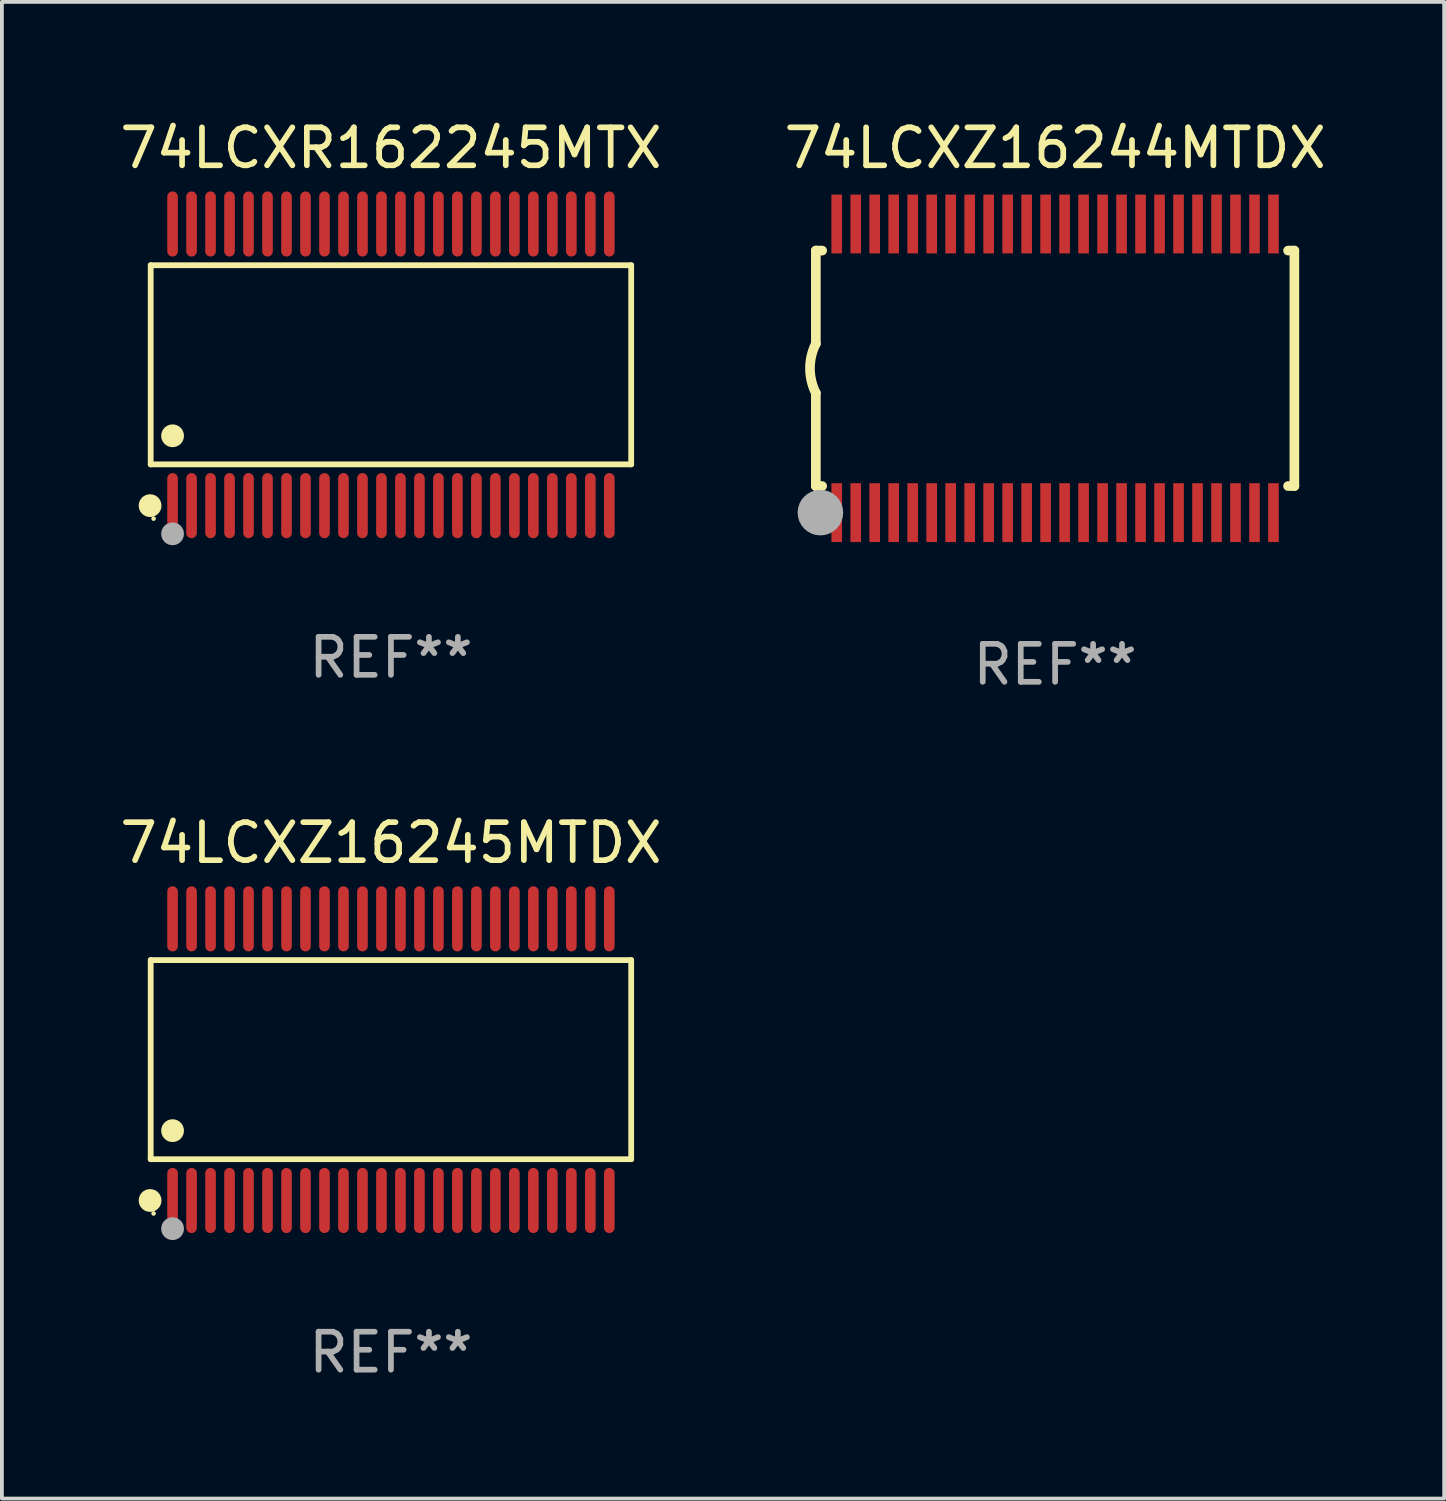
<source format=kicad_pcb>
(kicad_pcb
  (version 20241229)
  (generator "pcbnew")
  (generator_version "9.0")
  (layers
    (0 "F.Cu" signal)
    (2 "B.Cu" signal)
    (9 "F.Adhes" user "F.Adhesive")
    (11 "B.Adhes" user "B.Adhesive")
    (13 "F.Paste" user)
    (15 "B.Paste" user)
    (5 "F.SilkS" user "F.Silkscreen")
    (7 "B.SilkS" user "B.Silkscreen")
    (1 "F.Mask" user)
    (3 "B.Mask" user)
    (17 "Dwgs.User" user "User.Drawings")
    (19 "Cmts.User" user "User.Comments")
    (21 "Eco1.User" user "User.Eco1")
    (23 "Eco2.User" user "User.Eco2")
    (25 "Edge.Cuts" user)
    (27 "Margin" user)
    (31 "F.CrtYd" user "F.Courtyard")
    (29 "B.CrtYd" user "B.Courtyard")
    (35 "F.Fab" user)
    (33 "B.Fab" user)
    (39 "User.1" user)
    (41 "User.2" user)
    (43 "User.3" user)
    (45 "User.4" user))
  (footprint "74LCXZ16245MTDX"
    (layer "F.Cu")
    (at 7.244 24.852)
    (property "Reference" "74LCXZ16245MTDX" (at 0 -5.708 0) (layer "F.SilkS") (effects (font (size 1 1) (thickness 0.15))))
    (attr through_hole)
    (fp_line (start -6.326 -2.622) (end 6.326 -2.622) (stroke (width 0.152) (type solid)) (layer "F.SilkS"))
    (fp_line (start -6.326 2.621) (end -6.326 -2.622) (stroke (width 0.152) (type solid)) (layer "F.SilkS"))
    (fp_line (start 6.326 -2.622) (end 6.326 2.621) (stroke (width 0.152) (type solid)) (layer "F.SilkS"))
    (fp_line (start 6.326 2.621) (end -6.326 2.621) (stroke (width 0.152) (type solid)) (layer "F.SilkS"))
    (fp_circle (center -6.342 3.708) (end -6.192 3.708) (stroke (width 0.3) (type solid)) (fill no) (layer "F.SilkS"))
    (fp_circle (center -6.25 4.05) (end -6.22 4.05) (stroke (width 0.06) (type solid)) (fill no) (layer "F.SilkS"))
    (fp_circle (center -5.75 1.869) (end -5.6 1.869) (stroke (width 0.3) (type solid)) (fill no) (layer "F.SilkS"))
    (fp_circle (center -5.75 4.45) (end -5.6 4.45) (stroke (width 0.3) (type solid)) (fill no) (layer "F.Fab"))
    (fp_text user "REF**" (at 0 7.708 0) (layer "F.Fab") (effects (font (size 1 1) (thickness 0.15))))
    (pad "1" smd oval (at -5.75 3.708) (size 0.28 1.715) (layers "F.Cu" "F.Mask" "F.Paste"))
    (pad "2" smd oval (at -5.25 3.708) (size 0.28 1.715) (layers "F.Cu" "F.Mask" "F.Paste"))
    (pad "3" smd oval (at -4.75 3.708) (size 0.28 1.715) (layers "F.Cu" "F.Mask" "F.Paste"))
    (pad "4" smd oval (at -4.25 3.708) (size 0.28 1.715) (layers "F.Cu" "F.Mask" "F.Paste"))
    (pad "5" smd oval (at -3.75 3.708) (size 0.28 1.715) (layers "F.Cu" "F.Mask" "F.Paste"))
    (pad "6" smd oval (at -3.25 3.708) (size 0.28 1.715) (layers "F.Cu" "F.Mask" "F.Paste"))
    (pad "7" smd oval (at -2.75 3.708) (size 0.28 1.715) (layers "F.Cu" "F.Mask" "F.Paste"))
    (pad "8" smd oval (at -2.25 3.708) (size 0.28 1.715) (layers "F.Cu" "F.Mask" "F.Paste"))
    (pad "9" smd oval (at -1.75 3.708) (size 0.28 1.715) (layers "F.Cu" "F.Mask" "F.Paste"))
    (pad "10" smd oval (at -1.25 3.708) (size 0.28 1.715) (layers "F.Cu" "F.Mask" "F.Paste"))
    (pad "11" smd oval (at -0.75 3.708) (size 0.28 1.715) (layers "F.Cu" "F.Mask" "F.Paste"))
    (pad "12" smd oval (at -0.25 3.708) (size 0.28 1.715) (layers "F.Cu" "F.Mask" "F.Paste"))
    (pad "13" smd oval (at 0.25 3.708) (size 0.28 1.715) (layers "F.Cu" "F.Mask" "F.Paste"))
    (pad "14" smd oval (at 0.75 3.708) (size 0.28 1.715) (layers "F.Cu" "F.Mask" "F.Paste"))
    (pad "15" smd oval (at 1.25 3.708) (size 0.28 1.715) (layers "F.Cu" "F.Mask" "F.Paste"))
    (pad "16" smd oval (at 1.75 3.708) (size 0.28 1.715) (layers "F.Cu" "F.Mask" "F.Paste"))
    (pad "17" smd oval (at 2.25 3.708) (size 0.28 1.715) (layers "F.Cu" "F.Mask" "F.Paste"))
    (pad "18" smd oval (at 2.75 3.708) (size 0.28 1.715) (layers "F.Cu" "F.Mask" "F.Paste"))
    (pad "19" smd oval (at 3.25 3.708) (size 0.28 1.715) (layers "F.Cu" "F.Mask" "F.Paste"))
    (pad "20" smd oval (at 3.75 3.708) (size 0.28 1.715) (layers "F.Cu" "F.Mask" "F.Paste"))
    (pad "21" smd oval (at 4.25 3.708) (size 0.28 1.715) (layers "F.Cu" "F.Mask" "F.Paste"))
    (pad "22" smd oval (at 4.75 3.708) (size 0.28 1.715) (layers "F.Cu" "F.Mask" "F.Paste"))
    (pad "23" smd oval (at 5.25 3.708) (size 0.28 1.715) (layers "F.Cu" "F.Mask" "F.Paste"))
    (pad "24" smd oval (at 5.75 3.708) (size 0.28 1.715) (layers "F.Cu" "F.Mask" "F.Paste"))
    (pad "25" smd oval (at 5.75 -3.708) (size 0.28 1.715) (layers "F.Cu" "F.Mask" "F.Paste"))
    (pad "26" smd oval (at 5.25 -3.708) (size 0.28 1.715) (layers "F.Cu" "F.Mask" "F.Paste"))
    (pad "27" smd oval (at 4.75 -3.708) (size 0.28 1.715) (layers "F.Cu" "F.Mask" "F.Paste"))
    (pad "28" smd oval (at 4.25 -3.708) (size 0.28 1.715) (layers "F.Cu" "F.Mask" "F.Paste"))
    (pad "29" smd oval (at 3.75 -3.708) (size 0.28 1.715) (layers "F.Cu" "F.Mask" "F.Paste"))
    (pad "30" smd oval (at 3.25 -3.708) (size 0.28 1.715) (layers "F.Cu" "F.Mask" "F.Paste"))
    (pad "31" smd oval (at 2.75 -3.708) (size 0.28 1.715) (layers "F.Cu" "F.Mask" "F.Paste"))
    (pad "32" smd oval (at 2.25 -3.708) (size 0.28 1.715) (layers "F.Cu" "F.Mask" "F.Paste"))
    (pad "33" smd oval (at 1.75 -3.708) (size 0.28 1.715) (layers "F.Cu" "F.Mask" "F.Paste"))
    (pad "34" smd oval (at 1.25 -3.708) (size 0.28 1.715) (layers "F.Cu" "F.Mask" "F.Paste"))
    (pad "35" smd oval (at 0.75 -3.708) (size 0.28 1.715) (layers "F.Cu" "F.Mask" "F.Paste"))
    (pad "36" smd oval (at 0.25 -3.708) (size 0.28 1.715) (layers "F.Cu" "F.Mask" "F.Paste"))
    (pad "37" smd oval (at -0.25 -3.708) (size 0.28 1.715) (layers "F.Cu" "F.Mask" "F.Paste"))
    (pad "38" smd oval (at -0.75 -3.708) (size 0.28 1.715) (layers "F.Cu" "F.Mask" "F.Paste"))
    (pad "39" smd oval (at -1.25 -3.708) (size 0.28 1.715) (layers "F.Cu" "F.Mask" "F.Paste"))
    (pad "40" smd oval (at -1.75 -3.708) (size 0.28 1.715) (layers "F.Cu" "F.Mask" "F.Paste"))
    (pad "41" smd oval (at -2.25 -3.708) (size 0.28 1.715) (layers "F.Cu" "F.Mask" "F.Paste"))
    (pad "42" smd oval (at -2.75 -3.708) (size 0.28 1.715) (layers "F.Cu" "F.Mask" "F.Paste"))
    (pad "43" smd oval (at -3.25 -3.708) (size 0.28 1.715) (layers "F.Cu" "F.Mask" "F.Paste"))
    (pad "44" smd oval (at -3.75 -3.708) (size 0.28 1.715) (layers "F.Cu" "F.Mask" "F.Paste"))
    (pad "45" smd oval (at -4.25 -3.708) (size 0.28 1.715) (layers "F.Cu" "F.Mask" "F.Paste"))
    (pad "46" smd oval (at -4.75 -3.708) (size 0.28 1.715) (layers "F.Cu" "F.Mask" "F.Paste"))
    (pad "47" smd oval (at -5.25 -3.708) (size 0.28 1.715) (layers "F.Cu" "F.Mask" "F.Paste"))
    (pad "48" smd oval (at -5.75 -3.708) (size 0.28 1.715) (layers "F.Cu" "F.Mask" "F.Paste")))
  (footprint "74LCXR162245MTX"
    (layer "F.Cu")
    (at 7.244 6.556)
    (property "Reference" "74LCXR162245MTX" (at 0 -5.708 0) (layer "F.SilkS") (effects (font (size 1 1) (thickness 0.15))))
    (attr through_hole)
    (fp_line (start -6.326 -2.622) (end 6.326 -2.622) (stroke (width 0.152) (type solid)) (layer "F.SilkS"))
    (fp_line (start -6.326 2.621) (end -6.326 -2.622) (stroke (width 0.152) (type solid)) (layer "F.SilkS"))
    (fp_line (start 6.326 -2.622) (end 6.326 2.621) (stroke (width 0.152) (type solid)) (layer "F.SilkS"))
    (fp_line (start 6.326 2.621) (end -6.326 2.621) (stroke (width 0.152) (type solid)) (layer "F.SilkS"))
    (fp_circle (center -6.342 3.708) (end -6.192 3.708) (stroke (width 0.3) (type solid)) (fill no) (layer "F.SilkS"))
    (fp_circle (center -6.25 4.05) (end -6.22 4.05) (stroke (width 0.06) (type solid)) (fill no) (layer "F.SilkS"))
    (fp_circle (center -5.75 1.869) (end -5.6 1.869) (stroke (width 0.3) (type solid)) (fill no) (layer "F.SilkS"))
    (fp_circle (center -5.75 4.45) (end -5.6 4.45) (stroke (width 0.3) (type solid)) (fill no) (layer "F.Fab"))
    (fp_text user "REF**" (at 0 7.708 0) (layer "F.Fab") (effects (font (size 1 1) (thickness 0.15))))
    (pad "1" smd oval (at -5.75 3.708) (size 0.28 1.715) (layers "F.Cu" "F.Mask" "F.Paste"))
    (pad "2" smd oval (at -5.25 3.708) (size 0.28 1.715) (layers "F.Cu" "F.Mask" "F.Paste"))
    (pad "3" smd oval (at -4.75 3.708) (size 0.28 1.715) (layers "F.Cu" "F.Mask" "F.Paste"))
    (pad "4" smd oval (at -4.25 3.708) (size 0.28 1.715) (layers "F.Cu" "F.Mask" "F.Paste"))
    (pad "5" smd oval (at -3.75 3.708) (size 0.28 1.715) (layers "F.Cu" "F.Mask" "F.Paste"))
    (pad "6" smd oval (at -3.25 3.708) (size 0.28 1.715) (layers "F.Cu" "F.Mask" "F.Paste"))
    (pad "7" smd oval (at -2.75 3.708) (size 0.28 1.715) (layers "F.Cu" "F.Mask" "F.Paste"))
    (pad "8" smd oval (at -2.25 3.708) (size 0.28 1.715) (layers "F.Cu" "F.Mask" "F.Paste"))
    (pad "9" smd oval (at -1.75 3.708) (size 0.28 1.715) (layers "F.Cu" "F.Mask" "F.Paste"))
    (pad "10" smd oval (at -1.25 3.708) (size 0.28 1.715) (layers "F.Cu" "F.Mask" "F.Paste"))
    (pad "11" smd oval (at -0.75 3.708) (size 0.28 1.715) (layers "F.Cu" "F.Mask" "F.Paste"))
    (pad "12" smd oval (at -0.25 3.708) (size 0.28 1.715) (layers "F.Cu" "F.Mask" "F.Paste"))
    (pad "13" smd oval (at 0.25 3.708) (size 0.28 1.715) (layers "F.Cu" "F.Mask" "F.Paste"))
    (pad "14" smd oval (at 0.75 3.708) (size 0.28 1.715) (layers "F.Cu" "F.Mask" "F.Paste"))
    (pad "15" smd oval (at 1.25 3.708) (size 0.28 1.715) (layers "F.Cu" "F.Mask" "F.Paste"))
    (pad "16" smd oval (at 1.75 3.708) (size 0.28 1.715) (layers "F.Cu" "F.Mask" "F.Paste"))
    (pad "17" smd oval (at 2.25 3.708) (size 0.28 1.715) (layers "F.Cu" "F.Mask" "F.Paste"))
    (pad "18" smd oval (at 2.75 3.708) (size 0.28 1.715) (layers "F.Cu" "F.Mask" "F.Paste"))
    (pad "19" smd oval (at 3.25 3.708) (size 0.28 1.715) (layers "F.Cu" "F.Mask" "F.Paste"))
    (pad "20" smd oval (at 3.75 3.708) (size 0.28 1.715) (layers "F.Cu" "F.Mask" "F.Paste"))
    (pad "21" smd oval (at 4.25 3.708) (size 0.28 1.715) (layers "F.Cu" "F.Mask" "F.Paste"))
    (pad "22" smd oval (at 4.75 3.708) (size 0.28 1.715) (layers "F.Cu" "F.Mask" "F.Paste"))
    (pad "23" smd oval (at 5.25 3.708) (size 0.28 1.715) (layers "F.Cu" "F.Mask" "F.Paste"))
    (pad "24" smd oval (at 5.75 3.708) (size 0.28 1.715) (layers "F.Cu" "F.Mask" "F.Paste"))
    (pad "25" smd oval (at 5.75 -3.708) (size 0.28 1.715) (layers "F.Cu" "F.Mask" "F.Paste"))
    (pad "26" smd oval (at 5.25 -3.708) (size 0.28 1.715) (layers "F.Cu" "F.Mask" "F.Paste"))
    (pad "27" smd oval (at 4.75 -3.708) (size 0.28 1.715) (layers "F.Cu" "F.Mask" "F.Paste"))
    (pad "28" smd oval (at 4.25 -3.708) (size 0.28 1.715) (layers "F.Cu" "F.Mask" "F.Paste"))
    (pad "29" smd oval (at 3.75 -3.708) (size 0.28 1.715) (layers "F.Cu" "F.Mask" "F.Paste"))
    (pad "30" smd oval (at 3.25 -3.708) (size 0.28 1.715) (layers "F.Cu" "F.Mask" "F.Paste"))
    (pad "31" smd oval (at 2.75 -3.708) (size 0.28 1.715) (layers "F.Cu" "F.Mask" "F.Paste"))
    (pad "32" smd oval (at 2.25 -3.708) (size 0.28 1.715) (layers "F.Cu" "F.Mask" "F.Paste"))
    (pad "33" smd oval (at 1.75 -3.708) (size 0.28 1.715) (layers "F.Cu" "F.Mask" "F.Paste"))
    (pad "34" smd oval (at 1.25 -3.708) (size 0.28 1.715) (layers "F.Cu" "F.Mask" "F.Paste"))
    (pad "35" smd oval (at 0.75 -3.708) (size 0.28 1.715) (layers "F.Cu" "F.Mask" "F.Paste"))
    (pad "36" smd oval (at 0.25 -3.708) (size 0.28 1.715) (layers "F.Cu" "F.Mask" "F.Paste"))
    (pad "37" smd oval (at -0.25 -3.708) (size 0.28 1.715) (layers "F.Cu" "F.Mask" "F.Paste"))
    (pad "38" smd oval (at -0.75 -3.708) (size 0.28 1.715) (layers "F.Cu" "F.Mask" "F.Paste"))
    (pad "39" smd oval (at -1.25 -3.708) (size 0.28 1.715) (layers "F.Cu" "F.Mask" "F.Paste"))
    (pad "40" smd oval (at -1.75 -3.708) (size 0.28 1.715) (layers "F.Cu" "F.Mask" "F.Paste"))
    (pad "41" smd oval (at -2.25 -3.708) (size 0.28 1.715) (layers "F.Cu" "F.Mask" "F.Paste"))
    (pad "42" smd oval (at -2.75 -3.708) (size 0.28 1.715) (layers "F.Cu" "F.Mask" "F.Paste"))
    (pad "43" smd oval (at -3.25 -3.708) (size 0.28 1.715) (layers "F.Cu" "F.Mask" "F.Paste"))
    (pad "44" smd oval (at -3.75 -3.708) (size 0.28 1.715) (layers "F.Cu" "F.Mask" "F.Paste"))
    (pad "45" smd oval (at -4.25 -3.708) (size 0.28 1.715) (layers "F.Cu" "F.Mask" "F.Paste"))
    (pad "46" smd oval (at -4.75 -3.708) (size 0.28 1.715) (layers "F.Cu" "F.Mask" "F.Paste"))
    (pad "47" smd oval (at -5.25 -3.708) (size 0.28 1.715) (layers "F.Cu" "F.Mask" "F.Paste"))
    (pad "48" smd oval (at -5.75 -3.708) (size 0.28 1.715) (layers "F.Cu" "F.Mask" "F.Paste")))
  (footprint "74LCXZ16244MTDX"
    (layer "F.Cu")
    (at 24.732 6.648)
    (property "Reference" "74LCXZ16244MTDX" (at 0 -5.8 0) (layer "F.SilkS") (effects (font (size 1 1) (thickness 0.15))))
    (attr through_hole)
    (fp_line (start -6.3 -3.1) (end -6.3 -0.65) (stroke (width 0.254) (type solid)) (layer "F.SilkS"))
    (fp_line (start -6.3 -3.1) (end -6.134 -3.1) (stroke (width 0.254) (type solid)) (layer "F.SilkS"))
    (fp_line (start -6.3 3.1) (end -6.3 0.65) (stroke (width 0.254) (type solid)) (layer "F.SilkS"))
    (fp_line (start -6.3 3.1) (end -6.134 3.1) (stroke (width 0.254) (type solid)) (layer "F.SilkS"))
    (fp_line (start 6.134 -3.1) (end 6.3 -3.1) (stroke (width 0.254) (type solid)) (layer "F.SilkS"))
    (fp_line (start 6.134 3.1) (end 6.3 3.1) (stroke (width 0.254) (type solid)) (layer "F.SilkS"))
    (fp_line (start 6.3 -3.1) (end 6.3 3.1) (stroke (width 0.254) (type solid)) (layer "F.SilkS"))
    (fp_arc (start -6.301016 0.650114) (mid -6.45413 -0.000082) (end -6.3 -0.650038) (stroke (width 0.254001) (type solid)) (layer "F.SilkS"))
    (fp_circle (center -6.35 3.81) (end -6.223 3.81) (stroke (width 0.254) (type solid)) (fill no) (layer "F.SilkS"))
    (fp_circle (center -6.25 4.05) (end -6.22 4.05) (stroke (width 0.06) (type solid)) (fill no) (layer "F.SilkS"))
    (fp_circle (center -6.18 3.8) (end -5.88 3.8) (stroke (width 0.6) (type solid)) (fill no) (layer "F.Fab"))
    (fp_text user "REF**" (at 0 7.8 0) (layer "F.Fab") (effects (font (size 1 1) (thickness 0.15))))
    (pad "1" smd rect (at -5.75 3.8) (size 0.28 1.55) (layers "F.Cu" "F.Mask" "F.Paste"))
    (pad "2" smd rect (at -5.25 3.8) (size 0.28 1.55) (layers "F.Cu" "F.Mask" "F.Paste"))
    (pad "3" smd rect (at -4.75 3.8) (size 0.28 1.55) (layers "F.Cu" "F.Mask" "F.Paste"))
    (pad "4" smd rect (at -4.25 3.8) (size 0.28 1.55) (layers "F.Cu" "F.Mask" "F.Paste"))
    (pad "5" smd rect (at -3.75 3.8) (size 0.28 1.55) (layers "F.Cu" "F.Mask" "F.Paste"))
    (pad "6" smd rect (at -3.25 3.8) (size 0.28 1.55) (layers "F.Cu" "F.Mask" "F.Paste"))
    (pad "7" smd rect (at -2.75 3.8) (size 0.28 1.55) (layers "F.Cu" "F.Mask" "F.Paste"))
    (pad "8" smd rect (at -2.25 3.8) (size 0.28 1.55) (layers "F.Cu" "F.Mask" "F.Paste"))
    (pad "9" smd rect (at -1.75 3.8) (size 0.28 1.55) (layers "F.Cu" "F.Mask" "F.Paste"))
    (pad "10" smd rect (at -1.25 3.8) (size 0.28 1.55) (layers "F.Cu" "F.Mask" "F.Paste"))
    (pad "11" smd rect (at -0.75 3.8) (size 0.28 1.55) (layers "F.Cu" "F.Mask" "F.Paste"))
    (pad "12" smd rect (at -0.25 3.8) (size 0.28 1.55) (layers "F.Cu" "F.Mask" "F.Paste"))
    (pad "13" smd rect (at 0.25 3.8) (size 0.28 1.55) (layers "F.Cu" "F.Mask" "F.Paste"))
    (pad "14" smd rect (at 0.75 3.8) (size 0.28 1.55) (layers "F.Cu" "F.Mask" "F.Paste"))
    (pad "15" smd rect (at 1.25 3.8) (size 0.28 1.55) (layers "F.Cu" "F.Mask" "F.Paste"))
    (pad "16" smd rect (at 1.75 3.8) (size 0.28 1.55) (layers "F.Cu" "F.Mask" "F.Paste"))
    (pad "17" smd rect (at 2.25 3.8) (size 0.28 1.55) (layers "F.Cu" "F.Mask" "F.Paste"))
    (pad "18" smd rect (at 2.75 3.8) (size 0.28 1.55) (layers "F.Cu" "F.Mask" "F.Paste"))
    (pad "19" smd rect (at 3.25 3.8) (size 0.28 1.55) (layers "F.Cu" "F.Mask" "F.Paste"))
    (pad "20" smd rect (at 3.75 3.8) (size 0.28 1.55) (layers "F.Cu" "F.Mask" "F.Paste"))
    (pad "21" smd rect (at 4.25 3.8) (size 0.28 1.55) (layers "F.Cu" "F.Mask" "F.Paste"))
    (pad "22" smd rect (at 4.75 3.8) (size 0.28 1.55) (layers "F.Cu" "F.Mask" "F.Paste"))
    (pad "23" smd rect (at 5.25 3.8) (size 0.28 1.55) (layers "F.Cu" "F.Mask" "F.Paste"))
    (pad "24" smd rect (at 5.75 3.8) (size 0.28 1.55) (layers "F.Cu" "F.Mask" "F.Paste"))
    (pad "25" smd rect (at 5.75 -3.8) (size 0.28 1.55) (layers "F.Cu" "F.Mask" "F.Paste"))
    (pad "26" smd rect (at 5.25 -3.8) (size 0.28 1.55) (layers "F.Cu" "F.Mask" "F.Paste"))
    (pad "27" smd rect (at 4.75 -3.8) (size 0.28 1.55) (layers "F.Cu" "F.Mask" "F.Paste"))
    (pad "28" smd rect (at 4.25 -3.8) (size 0.28 1.55) (layers "F.Cu" "F.Mask" "F.Paste"))
    (pad "29" smd rect (at 3.75 -3.8) (size 0.28 1.55) (layers "F.Cu" "F.Mask" "F.Paste"))
    (pad "30" smd rect (at 3.25 -3.8) (size 0.28 1.55) (layers "F.Cu" "F.Mask" "F.Paste"))
    (pad "31" smd rect (at 2.75 -3.8) (size 0.28 1.55) (layers "F.Cu" "F.Mask" "F.Paste"))
    (pad "32" smd rect (at 2.25 -3.8) (size 0.28 1.55) (layers "F.Cu" "F.Mask" "F.Paste"))
    (pad "33" smd rect (at 1.75 -3.8) (size 0.28 1.55) (layers "F.Cu" "F.Mask" "F.Paste"))
    (pad "34" smd rect (at 1.25 -3.8) (size 0.28 1.55) (layers "F.Cu" "F.Mask" "F.Paste"))
    (pad "35" smd rect (at 0.75 -3.8) (size 0.28 1.55) (layers "F.Cu" "F.Mask" "F.Paste"))
    (pad "36" smd rect (at 0.25 -3.8) (size 0.28 1.55) (layers "F.Cu" "F.Mask" "F.Paste"))
    (pad "37" smd rect (at -0.25 -3.8) (size 0.28 1.55) (layers "F.Cu" "F.Mask" "F.Paste"))
    (pad "38" smd rect (at -0.75 -3.8) (size 0.28 1.55) (layers "F.Cu" "F.Mask" "F.Paste"))
    (pad "39" smd rect (at -1.25 -3.8) (size 0.28 1.55) (layers "F.Cu" "F.Mask" "F.Paste"))
    (pad "40" smd rect (at -1.75 -3.8) (size 0.28 1.55) (layers "F.Cu" "F.Mask" "F.Paste"))
    (pad "41" smd rect (at -2.25 -3.8) (size 0.28 1.55) (layers "F.Cu" "F.Mask" "F.Paste"))
    (pad "42" smd rect (at -2.75 -3.8) (size 0.28 1.55) (layers "F.Cu" "F.Mask" "F.Paste"))
    (pad "43" smd rect (at -3.25 -3.8) (size 0.28 1.55) (layers "F.Cu" "F.Mask" "F.Paste"))
    (pad "44" smd rect (at -3.75 -3.8) (size 0.28 1.55) (layers "F.Cu" "F.Mask" "F.Paste"))
    (pad "45" smd rect (at -4.25 -3.8) (size 0.28 1.55) (layers "F.Cu" "F.Mask" "F.Paste"))
    (pad "46" smd rect (at -4.75 -3.8) (size 0.28 1.55) (layers "F.Cu" "F.Mask" "F.Paste"))
    (pad "47" smd rect (at -5.25 -3.8) (size 0.28 1.55) (layers "F.Cu" "F.Mask" "F.Paste"))
    (pad "48" smd rect (at -5.75 -3.8) (size 0.28 1.55) (layers "F.Cu" "F.Mask" "F.Paste")))
  (gr_rect
    (start -3 -3)
    (end 34.976 36.408)
    (stroke (width 0.1) (type default))
    (fill no)
    (layer "Edge.Cuts")))
</source>
